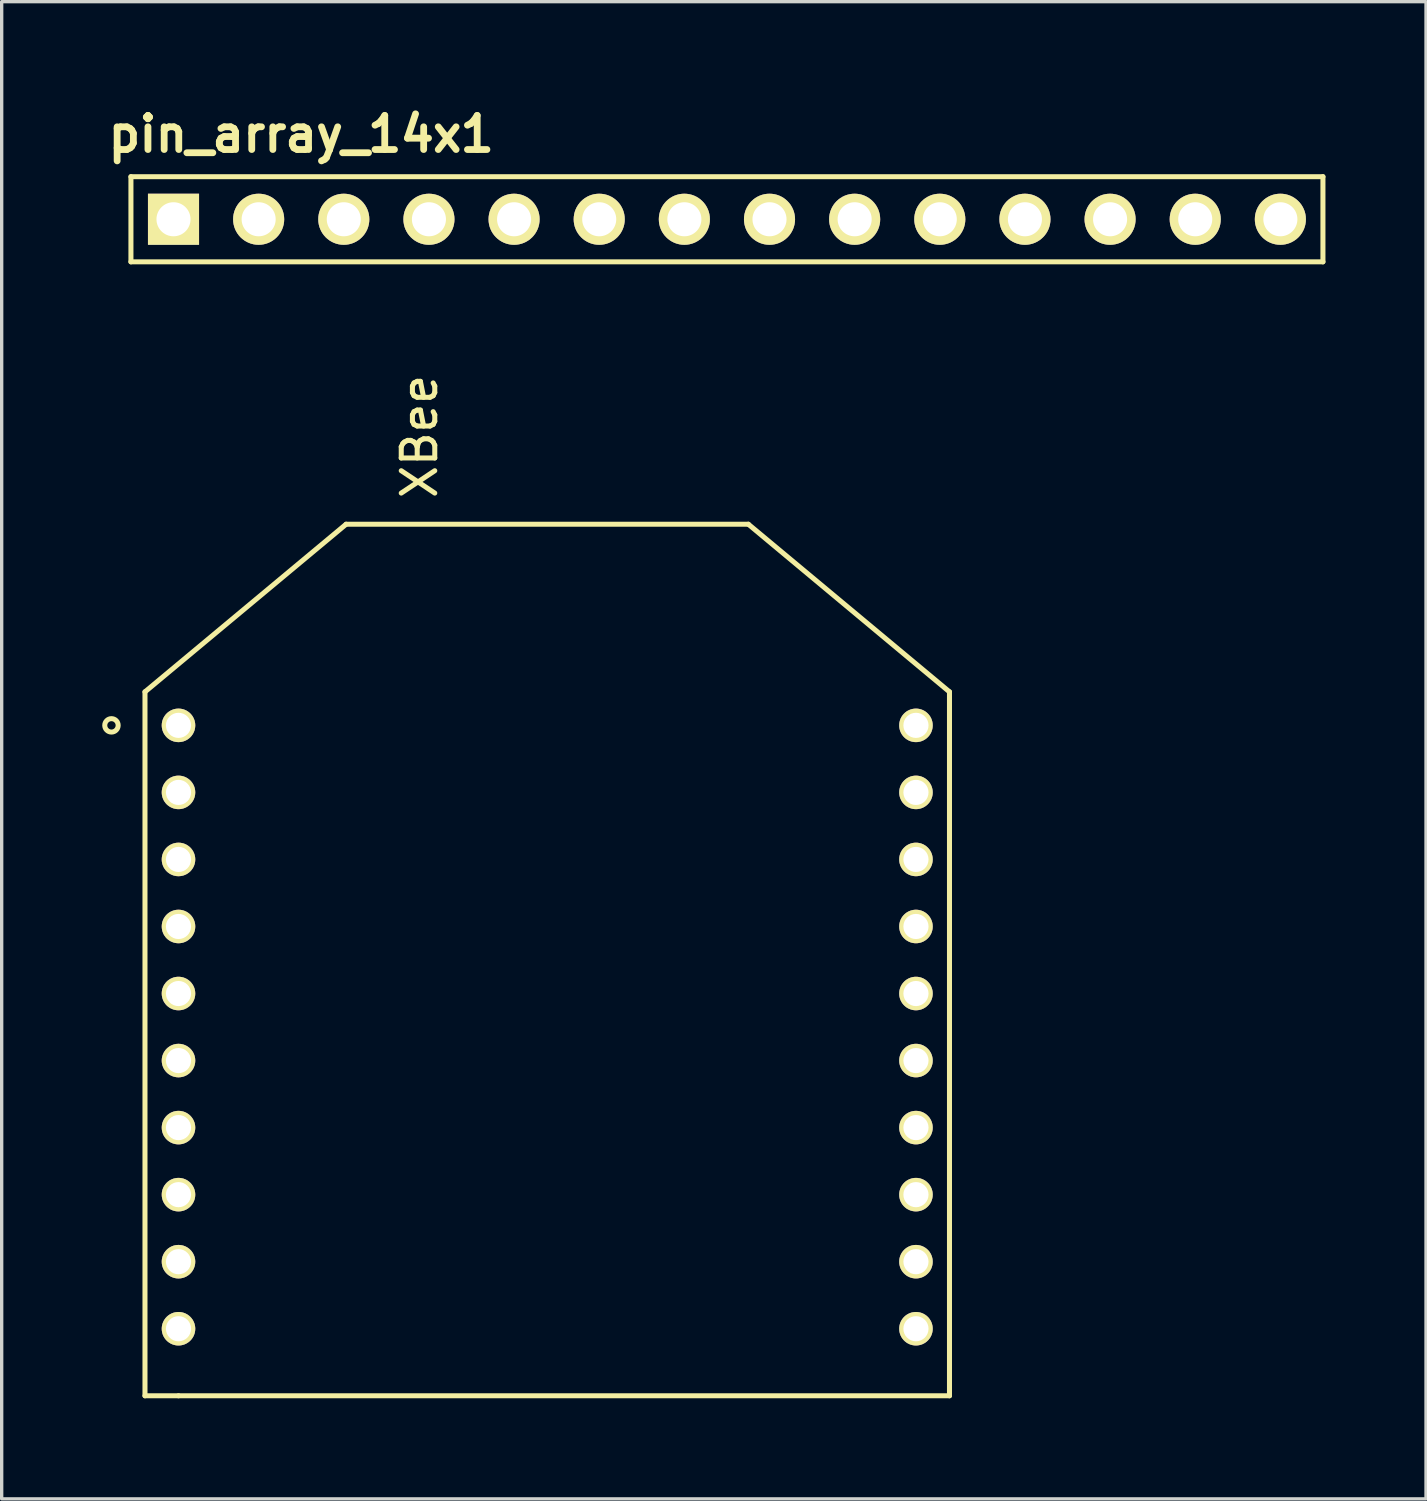
<source format=kicad_pcb>
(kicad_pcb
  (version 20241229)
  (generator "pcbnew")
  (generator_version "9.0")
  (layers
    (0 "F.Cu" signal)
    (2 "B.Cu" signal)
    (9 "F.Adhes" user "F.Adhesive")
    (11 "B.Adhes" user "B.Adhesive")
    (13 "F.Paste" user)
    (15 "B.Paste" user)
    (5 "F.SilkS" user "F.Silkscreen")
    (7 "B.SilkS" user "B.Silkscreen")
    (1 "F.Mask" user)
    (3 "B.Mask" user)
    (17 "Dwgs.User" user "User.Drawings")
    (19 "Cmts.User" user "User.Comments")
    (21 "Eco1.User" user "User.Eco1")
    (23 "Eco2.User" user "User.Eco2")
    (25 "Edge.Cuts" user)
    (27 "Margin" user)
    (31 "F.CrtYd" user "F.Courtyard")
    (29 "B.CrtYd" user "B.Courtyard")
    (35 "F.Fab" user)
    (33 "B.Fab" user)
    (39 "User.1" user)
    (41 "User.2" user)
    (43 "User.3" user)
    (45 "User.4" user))
  (footprint "XBee"
    (layer "F.Cu")
    (at 13.275 17.589)
    (property "Reference" "XBee" (at -3.81 -7.62 270) (layer "F.SilkS") (effects (font (size 1 1) (thickness 0.15))))
    (attr through_hole)
    (fp_line (start -12 0) (end -6 -5) (stroke (width 0.15) (type solid)) (layer "F.SilkS"))
    (fp_line (start -12 21) (end -12 0) (stroke (width 0.15) (type solid)) (layer "F.SilkS"))
    (fp_line (start -11 21) (end -12 21) (stroke (width 0.15) (type solid)) (layer "F.SilkS"))
    (fp_line (start -6 -5) (end 6 -5) (stroke (width 0.15) (type solid)) (layer "F.SilkS"))
    (fp_line (start 6 -5) (end 12 0) (stroke (width 0.15) (type solid)) (layer "F.SilkS"))
    (fp_line (start 12 0) (end 12 21) (stroke (width 0.15) (type solid)) (layer "F.SilkS"))
    (fp_line (start 12 21) (end -11 21) (stroke (width 0.15) (type solid)) (layer "F.SilkS"))
    (fp_circle (center -13 1) (end -12.8 1) (stroke (width 0.15) (type solid)) (fill no) (layer "F.SilkS"))
    (pad "1" thru_hole circle (at -11 1) (size 1 1) (drill 0.75) (layers "*.Cu" "*.Mask" "F.SilkS"))
    (pad "2" thru_hole circle (at -11 3) (size 1 1) (drill 0.75) (layers "*.Cu" "*.Mask" "F.SilkS"))
    (pad "3" thru_hole circle (at -11 5) (size 1 1) (drill 0.75) (layers "*.Cu" "*.Mask" "F.SilkS"))
    (pad "4" thru_hole circle (at -11 7) (size 1 1) (drill 0.75) (layers "*.Cu" "*.Mask" "F.SilkS"))
    (pad "5" thru_hole circle (at -11 9) (size 1 1) (drill 0.75) (layers "*.Cu" "*.Mask" "F.SilkS"))
    (pad "6" thru_hole circle (at -11 11) (size 1 1) (drill 0.75) (layers "*.Cu" "*.Mask" "F.SilkS"))
    (pad "7" thru_hole circle (at -11 13) (size 1 1) (drill 0.75) (layers "*.Cu" "*.Mask" "F.SilkS"))
    (pad "8" thru_hole circle (at -11 15) (size 1 1) (drill 0.75) (layers "*.Cu" "*.Mask" "F.SilkS"))
    (pad "9" thru_hole circle (at -11 17) (size 1 1) (drill 0.75) (layers "*.Cu" "*.Mask" "F.SilkS"))
    (pad "10" thru_hole circle (at -11 19) (size 1 1) (drill 0.75) (layers "*.Cu" "*.Mask" "F.SilkS"))
    (pad "11" thru_hole circle (at 11 19) (size 1 1) (drill 0.75) (layers "*.Cu" "*.Mask" "F.SilkS"))
    (pad "12" thru_hole circle (at 11 17) (size 1 1) (drill 0.75) (layers "*.Cu" "*.Mask" "F.SilkS"))
    (pad "13" thru_hole circle (at 11 15) (size 1 1) (drill 0.75) (layers "*.Cu" "*.Mask" "F.SilkS"))
    (pad "14" thru_hole circle (at 11 13) (size 1 1) (drill 0.75) (layers "*.Cu" "*.Mask" "F.SilkS"))
    (pad "15" thru_hole circle (at 11 11) (size 1 1) (drill 0.75) (layers "*.Cu" "*.Mask" "F.SilkS"))
    (pad "16" thru_hole circle (at 11 9) (size 1 1) (drill 0.75) (layers "*.Cu" "*.Mask" "F.SilkS"))
    (pad "17" thru_hole circle (at 11 7) (size 1 1) (drill 0.75) (layers "*.Cu" "*.Mask" "F.SilkS"))
    (pad "18" thru_hole circle (at 11 5) (size 1 1) (drill 0.75) (layers "*.Cu" "*.Mask" "F.SilkS"))
    (pad "19" thru_hole circle (at 11 3) (size 1 1) (drill 0.75) (layers "*.Cu" "*.Mask" "F.SilkS"))
    (pad "20" thru_hole circle (at 11 1) (size 1 1) (drill 0.75) (layers "*.Cu" "*.Mask" "F.SilkS")))
  (footprint "pin_array_14x1"
    (layer "F.Cu")
    (at 13.556 4.761)
    (property "Reference" "pin_array_14x1" (at -7.62 -3.81 0) (layer "F.SilkS") (effects (font (size 1.016 1.016) (thickness 0.203))))
    (attr through_hole)
    (fp_line (start -12.7 -2.54) (end -12.7 0) (stroke (width 0.15) (type solid)) (layer "F.SilkS"))
    (fp_line (start -12.7 0) (end 22.86 0) (stroke (width 0.15) (type solid)) (layer "F.SilkS"))
    (fp_line (start 22.86 -2.54) (end -12.7 -2.54) (stroke (width 0.15) (type solid)) (layer "F.SilkS"))
    (fp_line (start 22.86 0) (end 22.86 -2.54) (stroke (width 0.15) (type solid)) (layer "F.SilkS"))
    (pad "1" thru_hole rect (at -11.43 -1.27) (size 1.524 1.524) (drill 1.016) (layers "*.Cu" "*.Mask" "F.SilkS"))
    (pad "2" thru_hole circle (at -8.89 -1.27) (size 1.524 1.524) (drill 1.016) (layers "*.Cu" "*.Mask" "F.SilkS"))
    (pad "3" thru_hole circle (at -6.35 -1.27) (size 1.524 1.524) (drill 1.016) (layers "*.Cu" "*.Mask" "F.SilkS"))
    (pad "4" thru_hole circle (at -3.81 -1.27) (size 1.524 1.524) (drill 1.016) (layers "*.Cu" "*.Mask" "F.SilkS"))
    (pad "5" thru_hole circle (at -1.27 -1.27) (size 1.524 1.524) (drill 1.016) (layers "*.Cu" "*.Mask" "F.SilkS"))
    (pad "6" thru_hole circle (at 1.27 -1.27) (size 1.524 1.524) (drill 1.016) (layers "*.Cu" "*.Mask" "F.SilkS"))
    (pad "7" thru_hole circle (at 3.81 -1.27) (size 1.524 1.524) (drill 1.016) (layers "*.Cu" "*.Mask" "F.SilkS"))
    (pad "8" thru_hole circle (at 6.35 -1.27) (size 1.524 1.524) (drill 1.016) (layers "*.Cu" "*.Mask" "F.SilkS"))
    (pad "9" thru_hole circle (at 8.89 -1.27) (size 1.524 1.524) (drill 1.016) (layers "*.Cu" "*.Mask" "F.SilkS"))
    (pad "10" thru_hole circle (at 11.43 -1.27) (size 1.524 1.524) (drill 1.016) (layers "*.Cu" "*.Mask" "F.SilkS"))
    (pad "11" thru_hole circle (at 13.97 -1.27) (size 1.524 1.524) (drill 1.016) (layers "*.Cu" "*.Mask" "F.SilkS"))
    (pad "12" thru_hole circle (at 16.51 -1.27) (size 1.524 1.524) (drill 1.016) (layers "*.Cu" "*.Mask" "F.SilkS"))
    (pad "13" thru_hole circle (at 19.05 -1.27) (size 1.524 1.524) (drill 1.016) (layers "*.Cu" "*.Mask" "F.SilkS"))
    (pad "14" thru_hole circle (at 21.59 -1.27) (size 1.524 1.524) (drill 1.016) (layers "*.Cu" "*.Mask" "F.SilkS")))
  (gr_rect
    (start -3 -3)
    (end 39.491 41.664)
    (stroke (width 0.1) (type default))
    (fill no)
    (layer "Edge.Cuts")))
</source>
